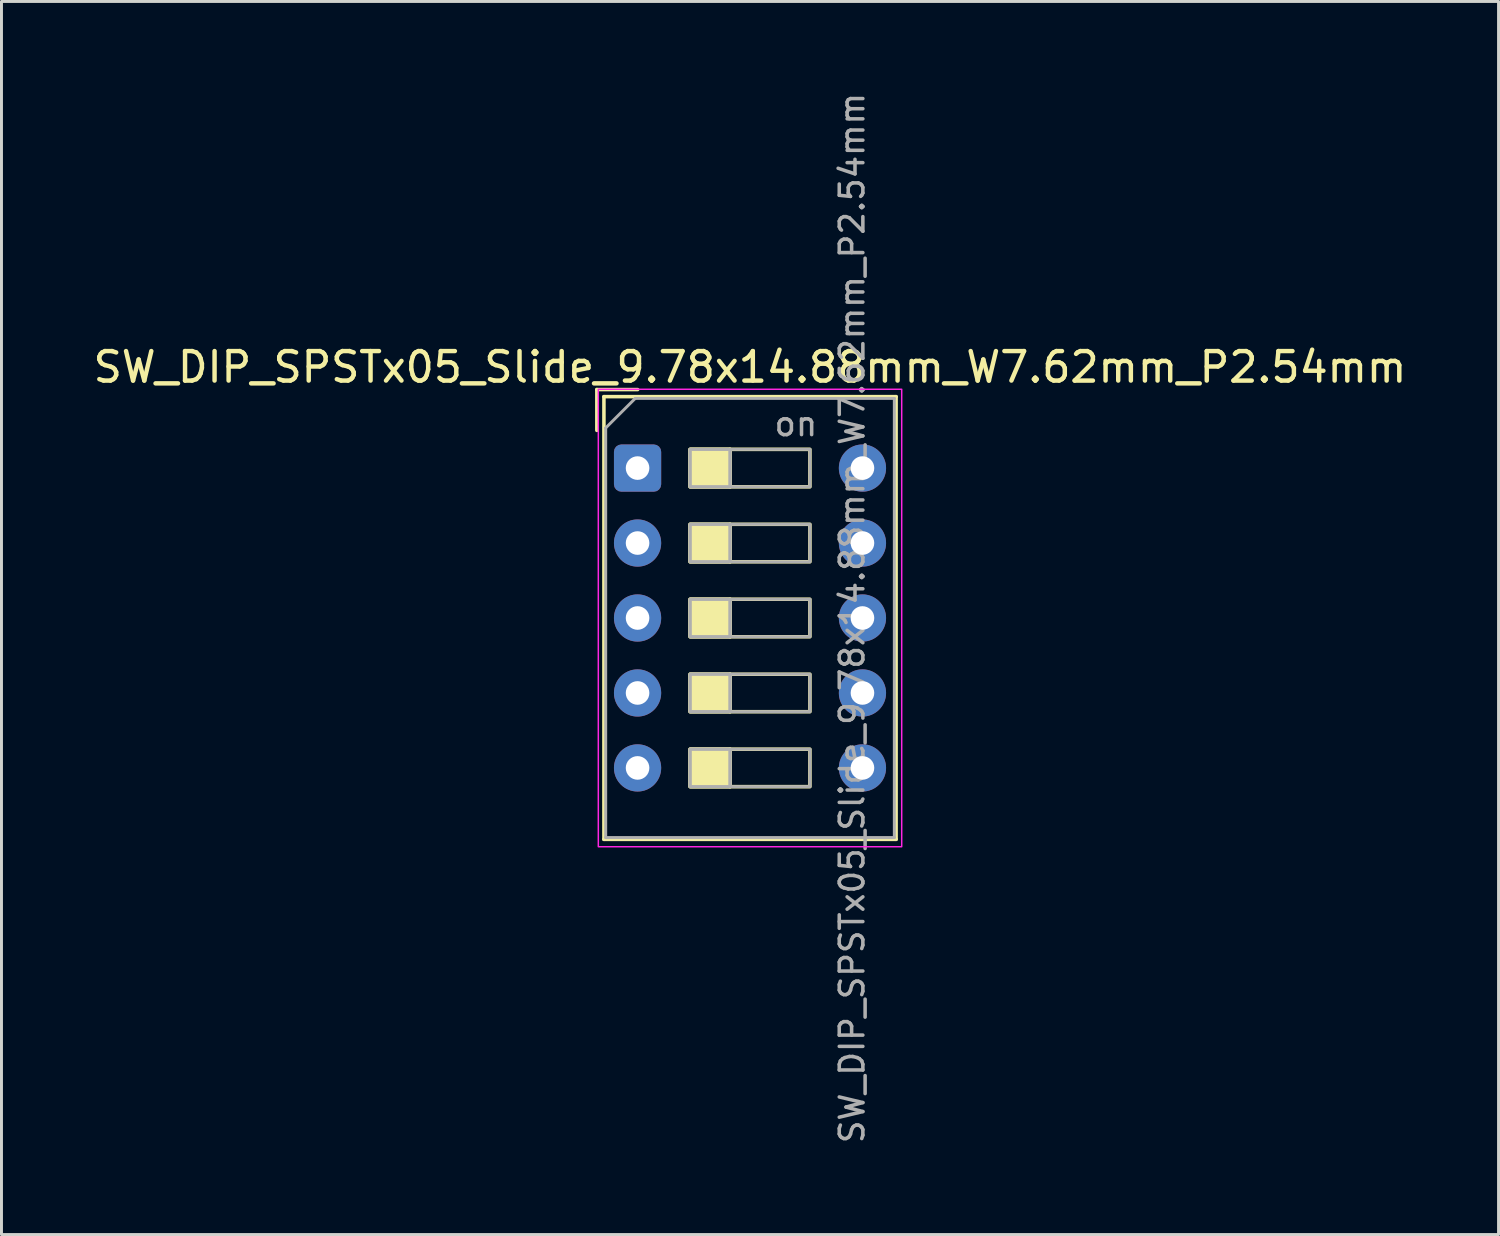
<source format=kicad_pcb>
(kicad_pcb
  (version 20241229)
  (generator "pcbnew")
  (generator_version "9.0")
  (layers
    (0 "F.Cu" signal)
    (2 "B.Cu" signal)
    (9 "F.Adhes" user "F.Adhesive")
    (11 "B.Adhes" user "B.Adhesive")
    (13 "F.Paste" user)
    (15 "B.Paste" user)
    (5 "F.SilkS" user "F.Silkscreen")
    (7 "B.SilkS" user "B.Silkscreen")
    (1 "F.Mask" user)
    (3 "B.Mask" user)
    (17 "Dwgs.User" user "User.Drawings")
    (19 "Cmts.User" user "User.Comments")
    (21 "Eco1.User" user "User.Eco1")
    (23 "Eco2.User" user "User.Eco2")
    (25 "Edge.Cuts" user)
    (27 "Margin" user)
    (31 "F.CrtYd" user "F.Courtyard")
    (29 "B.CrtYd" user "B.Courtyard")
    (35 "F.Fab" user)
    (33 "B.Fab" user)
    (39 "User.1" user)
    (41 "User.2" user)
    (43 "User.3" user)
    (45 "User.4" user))
  (footprint "SW_DIP_SPSTx05_Slide_9.78x14.88mm_W7.62mm_P2.54mm"
    (layer "F.Cu")
    (at 18.553 12.81)
    (property "Reference" "SW_DIP_SPSTx05_Slide_9.78x14.88mm_W7.62mm_P2.54mm" (at 3.81 -3.42 0) (layer "F.SilkS") (effects (font (size 1 1) (thickness 0.15))))
    (attr through_hole)
    (fp_line (start -1.38 -2.66) (end -1.38 -1.277) (stroke (width 0.12) (type solid)) (layer "F.SilkS"))
    (fp_line (start -1.38 -2.66) (end 0.003 -2.66) (stroke (width 0.12) (type solid)) (layer "F.SilkS"))
    (fp_line (start -1.14 -2.42) (end -1.14 12.58) (stroke (width 0.12) (type solid)) (layer "F.SilkS"))
    (fp_line (start -1.14 -2.42) (end 8.76 -2.42) (stroke (width 0.12) (type solid)) (layer "F.SilkS"))
    (fp_line (start -1.14 12.58) (end 8.76 12.58) (stroke (width 0.12) (type solid)) (layer "F.SilkS"))
    (fp_line (start 3.133 -0.635) (end 3.133 0.635) (stroke (width 0.12) (type solid)) (layer "F.SilkS"))
    (fp_line (start 3.133 1.905) (end 3.133 3.175) (stroke (width 0.12) (type solid)) (layer "F.SilkS"))
    (fp_line (start 3.133 4.445) (end 3.133 5.715) (stroke (width 0.12) (type solid)) (layer "F.SilkS"))
    (fp_line (start 3.133 6.985) (end 3.133 8.255) (stroke (width 0.12) (type solid)) (layer "F.SilkS"))
    (fp_line (start 3.133 9.525) (end 3.133 10.795) (stroke (width 0.12) (type solid)) (layer "F.SilkS"))
    (fp_line (start 8.76 -2.42) (end 8.76 12.58) (stroke (width 0.12) (type solid)) (layer "F.SilkS"))
    (fp_rect (start 1.78 -0.635) (end 3.133 0.635) (stroke (width 0.12) (type solid)) (fill yes) (layer "F.SilkS"))
    (fp_rect (start 1.78 -0.635) (end 5.84 0.635) (stroke (width 0.12) (type solid)) (fill no) (layer "F.SilkS"))
    (fp_rect (start 1.78 1.905) (end 3.133 3.175) (stroke (width 0.12) (type solid)) (fill yes) (layer "F.SilkS"))
    (fp_rect (start 1.78 1.905) (end 5.84 3.175) (stroke (width 0.12) (type solid)) (fill no) (layer "F.SilkS"))
    (fp_rect (start 1.78 4.445) (end 3.133 5.715) (stroke (width 0.12) (type solid)) (fill yes) (layer "F.SilkS"))
    (fp_rect (start 1.78 4.445) (end 5.84 5.715) (stroke (width 0.12) (type solid)) (fill no) (layer "F.SilkS"))
    (fp_rect (start 1.78 6.985) (end 3.133 8.255) (stroke (width 0.12) (type solid)) (fill yes) (layer "F.SilkS"))
    (fp_rect (start 1.78 6.985) (end 5.84 8.255) (stroke (width 0.12) (type solid)) (fill no) (layer "F.SilkS"))
    (fp_rect (start 1.78 9.525) (end 3.133 10.795) (stroke (width 0.12) (type solid)) (fill yes) (layer "F.SilkS"))
    (fp_rect (start 1.78 9.525) (end 5.84 10.795) (stroke (width 0.12) (type solid)) (fill no) (layer "F.SilkS"))
    (fp_rect (start -1.33 -2.67) (end 8.95 12.83) (stroke (width 0.05) (type solid)) (fill no) (layer "F.CrtYd"))
    (fp_line (start -1.08 -1.36) (end -0.08 -2.36) (stroke (width 0.1) (type solid)) (layer "F.Fab"))
    (fp_line (start -1.08 12.52) (end -1.08 -1.36) (stroke (width 0.1) (type solid)) (layer "F.Fab"))
    (fp_line (start -0.08 -2.36) (end 8.7 -2.36) (stroke (width 0.1) (type solid)) (layer "F.Fab"))
    (fp_line (start 3.133 -0.635) (end 3.133 0.635) (stroke (width 0.1) (type solid)) (layer "F.Fab"))
    (fp_line (start 3.133 1.905) (end 3.133 3.175) (stroke (width 0.1) (type solid)) (layer "F.Fab"))
    (fp_line (start 3.133 4.445) (end 3.133 5.715) (stroke (width 0.1) (type solid)) (layer "F.Fab"))
    (fp_line (start 3.133 6.985) (end 3.133 8.255) (stroke (width 0.1) (type solid)) (layer "F.Fab"))
    (fp_line (start 3.133 9.525) (end 3.133 10.795) (stroke (width 0.1) (type solid)) (layer "F.Fab"))
    (fp_line (start 8.7 -2.36) (end 8.7 12.52) (stroke (width 0.1) (type solid)) (layer "F.Fab"))
    (fp_line (start 8.7 12.52) (end -1.08 12.52) (stroke (width 0.1) (type solid)) (layer "F.Fab"))
    (fp_rect (start 1.78 -0.635) (end 3.133 0.635) (stroke (width 0.1) (type solid)) (fill no) (layer "F.Fab"))
    (fp_rect (start 1.78 -0.635) (end 5.84 0.635) (stroke (width 0.1) (type solid)) (fill no) (layer "F.Fab"))
    (fp_rect (start 1.78 1.905) (end 3.133 3.175) (stroke (width 0.1) (type solid)) (fill no) (layer "F.Fab"))
    (fp_rect (start 1.78 1.905) (end 5.84 3.175) (stroke (width 0.1) (type solid)) (fill no) (layer "F.Fab"))
    (fp_rect (start 1.78 4.445) (end 3.133 5.715) (stroke (width 0.1) (type solid)) (fill no) (layer "F.Fab"))
    (fp_rect (start 1.78 4.445) (end 5.84 5.715) (stroke (width 0.1) (type solid)) (fill no) (layer "F.Fab"))
    (fp_rect (start 1.78 6.985) (end 3.133 8.255) (stroke (width 0.1) (type solid)) (fill no) (layer "F.Fab"))
    (fp_rect (start 1.78 6.985) (end 5.84 8.255) (stroke (width 0.1) (type solid)) (fill no) (layer "F.Fab"))
    (fp_rect (start 1.78 9.525) (end 3.133 10.795) (stroke (width 0.1) (type solid)) (fill no) (layer "F.Fab"))
    (fp_rect (start 1.78 9.525) (end 5.84 10.795) (stroke (width 0.1) (type solid)) (fill no) (layer "F.Fab"))
    (fp_text user "on" (at 5.365 -1.498 0) (layer "F.Fab") (effects (font (size 0.8 0.8) (thickness 0.12))))
    (fp_text user "${REFERENCE}" (at 7.27 5.08 90) (layer "F.Fab") (effects (font (size 0.8 0.8) (thickness 0.12))))
    (pad "1" thru_hole roundrect (at 0 0) (size 1.6 1.6) (drill 0.8) (layers "*.Cu" "*.Mask") (roundrect_rratio 0.156))
    (pad "2" thru_hole circle (at 0 2.54) (size 1.6 1.6) (drill 0.8) (layers "*.Cu" "*.Mask"))
    (pad "3" thru_hole circle (at 0 5.08) (size 1.6 1.6) (drill 0.8) (layers "*.Cu" "*.Mask"))
    (pad "4" thru_hole circle (at 0 7.62) (size 1.6 1.6) (drill 0.8) (layers "*.Cu" "*.Mask"))
    (pad "5" thru_hole circle (at 0 10.16) (size 1.6 1.6) (drill 0.8) (layers "*.Cu" "*.Mask"))
    (pad "6" thru_hole circle (at 7.62 10.16) (size 1.6 1.6) (drill 0.8) (layers "*.Cu" "*.Mask"))
    (pad "7" thru_hole circle (at 7.62 7.62) (size 1.6 1.6) (drill 0.8) (layers "*.Cu" "*.Mask"))
    (pad "8" thru_hole circle (at 7.62 5.08) (size 1.6 1.6) (drill 0.8) (layers "*.Cu" "*.Mask"))
    (pad "9" thru_hole circle (at 7.62 2.54) (size 1.6 1.6) (drill 0.8) (layers "*.Cu" "*.Mask"))
    (pad "10" thru_hole circle (at 7.62 0) (size 1.6 1.6) (drill 0.8) (layers "*.Cu" "*.Mask")))
  (gr_rect
    (start -3 -3)
    (end 47.726 38.781)
    (stroke (width 0.1) (type default))
    (fill no)
    (layer "Edge.Cuts")))
</source>
